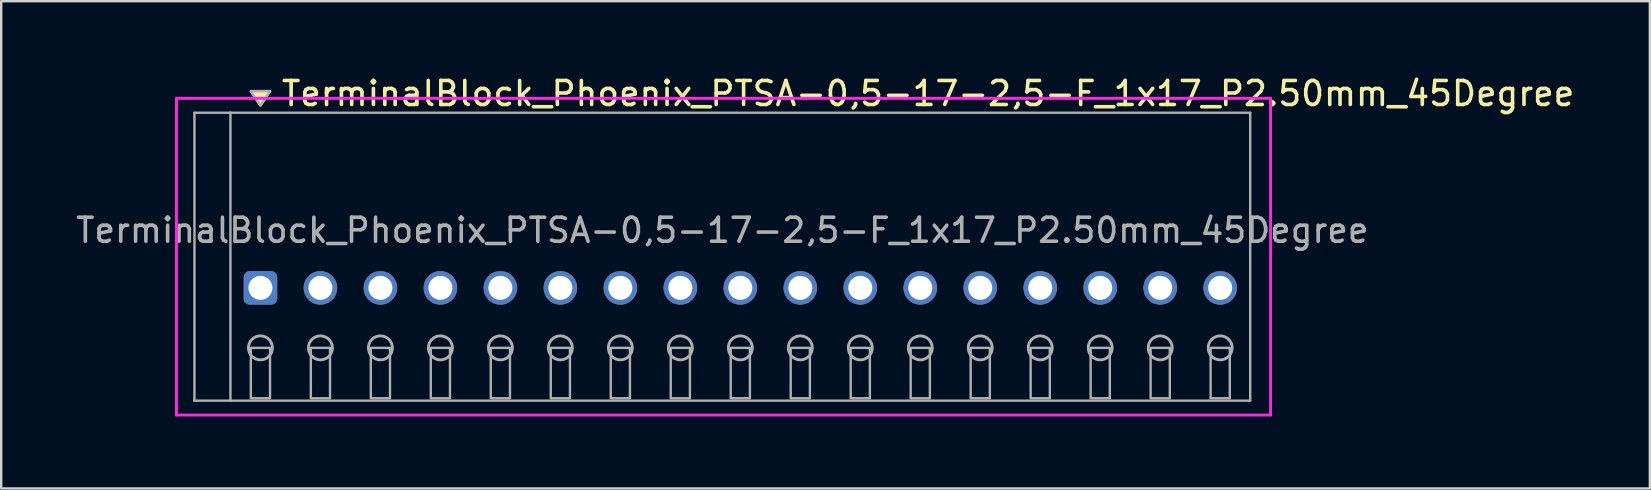
<source format=kicad_pcb>
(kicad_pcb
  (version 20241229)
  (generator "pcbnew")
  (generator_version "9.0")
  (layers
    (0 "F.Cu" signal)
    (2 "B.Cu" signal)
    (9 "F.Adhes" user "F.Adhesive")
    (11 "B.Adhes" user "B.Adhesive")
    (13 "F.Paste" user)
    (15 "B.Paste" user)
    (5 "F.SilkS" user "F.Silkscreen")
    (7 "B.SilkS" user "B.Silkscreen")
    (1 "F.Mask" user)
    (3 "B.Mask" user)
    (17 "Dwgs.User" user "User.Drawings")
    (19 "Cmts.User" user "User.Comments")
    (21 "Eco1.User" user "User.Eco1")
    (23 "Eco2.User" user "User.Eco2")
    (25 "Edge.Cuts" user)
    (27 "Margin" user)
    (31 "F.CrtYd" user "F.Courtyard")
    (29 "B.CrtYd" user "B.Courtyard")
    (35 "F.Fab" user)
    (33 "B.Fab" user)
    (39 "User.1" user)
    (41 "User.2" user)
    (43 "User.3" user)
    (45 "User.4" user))
  (footprint "TerminalBlock_Phoenix_PTSA-0,5-17-2,5-F_1x17_P2.50mm_45Degree"
    (layer "F.Cu")
    (at 7.804 8.948)
    (property "Reference" "TerminalBlock_Phoenix_PTSA-0,5-17-2,5-F_1x17_P2.50mm_45Degree" (at 0.8 -8.1 0) (layer "F.SilkS") (effects (font (size 1 1) (thickness 0.15)) (justify left)))
    (attr through_hole)
    (fp_poly (pts (xy 0 -7.6) (xy -0.4 -8.2) (xy 0.4 -8.2)) (stroke (width 0.1) (type solid)) (fill yes) (layer "F.SilkS"))
    (fp_line (start -3.5 -7.9) (end 42.1 -7.9) (stroke (width 0.12) (type solid)) (layer "F.CrtYd"))
    (fp_line (start -3.5 5.3) (end -3.5 -7.9) (stroke (width 0.12) (type solid)) (layer "F.CrtYd"))
    (fp_line (start 42.1 -7.9) (end 42.1 5.3) (stroke (width 0.12) (type solid)) (layer "F.CrtYd"))
    (fp_line (start 42.1 5.3) (end -3.5 5.3) (stroke (width 0.12) (type solid)) (layer "F.CrtYd"))
    (fp_line (start -2.75 -7.3) (end -1.25 -7.3) (stroke (width 0.1) (type solid)) (layer "F.Fab"))
    (fp_line (start -2.75 4.7) (end -2.75 -7.3) (stroke (width 0.1) (type solid)) (layer "F.Fab"))
    (fp_line (start -1.25 -7.3) (end -1.25 4.7) (stroke (width 0.1) (type solid)) (layer "F.Fab"))
    (fp_line (start -1.25 4.7) (end -2.75 4.7) (stroke (width 0.1) (type solid)) (layer "F.Fab"))
    (fp_line (start -1.25 4.7) (end 41.25 4.7) (stroke (width 0.1) (type solid)) (layer "F.Fab"))
    (fp_line (start 41.25 -7.3) (end -1.25 -7.3) (stroke (width 0.1) (type solid)) (layer "F.Fab"))
    (fp_line (start 41.25 4.7) (end 41.25 -7.3) (stroke (width 0.1) (type solid)) (layer "F.Fab"))
    (fp_circle (center 0 2.5) (end -0.5 2.5) (stroke (width 0.12) (type solid)) (fill no) (layer "F.Fab"))
    (fp_circle (center 2.5 2.5) (end 2 2.5) (stroke (width 0.12) (type solid)) (fill no) (layer "F.Fab"))
    (fp_circle (center 5 2.5) (end 4.5 2.5) (stroke (width 0.12) (type solid)) (fill no) (layer "F.Fab"))
    (fp_circle (center 7.5 2.5) (end 7 2.5) (stroke (width 0.12) (type solid)) (fill no) (layer "F.Fab"))
    (fp_circle (center 10 2.5) (end 9.5 2.5) (stroke (width 0.12) (type solid)) (fill no) (layer "F.Fab"))
    (fp_circle (center 12.5 2.5) (end 12 2.5) (stroke (width 0.12) (type solid)) (fill no) (layer "F.Fab"))
    (fp_circle (center 15 2.5) (end 14.5 2.5) (stroke (width 0.12) (type solid)) (fill no) (layer "F.Fab"))
    (fp_circle (center 17.5 2.5) (end 17 2.5) (stroke (width 0.12) (type solid)) (fill no) (layer "F.Fab"))
    (fp_circle (center 20 2.5) (end 19.5 2.5) (stroke (width 0.12) (type solid)) (fill no) (layer "F.Fab"))
    (fp_circle (center 22.5 2.5) (end 22 2.5) (stroke (width 0.12) (type solid)) (fill no) (layer "F.Fab"))
    (fp_circle (center 25 2.5) (end 24.5 2.5) (stroke (width 0.12) (type solid)) (fill no) (layer "F.Fab"))
    (fp_circle (center 27.5 2.5) (end 27 2.5) (stroke (width 0.12) (type solid)) (fill no) (layer "F.Fab"))
    (fp_circle (center 30 2.5) (end 29.5 2.5) (stroke (width 0.12) (type solid)) (fill no) (layer "F.Fab"))
    (fp_circle (center 32.5 2.5) (end 32 2.5) (stroke (width 0.12) (type solid)) (fill no) (layer "F.Fab"))
    (fp_circle (center 35 2.5) (end 34.5 2.5) (stroke (width 0.12) (type solid)) (fill no) (layer "F.Fab"))
    (fp_circle (center 37.5 2.5) (end 37 2.5) (stroke (width 0.12) (type solid)) (fill no) (layer "F.Fab"))
    (fp_circle (center 40 2.5) (end 39.5 2.5) (stroke (width 0.12) (type solid)) (fill no) (layer "F.Fab"))
    (fp_poly (pts (xy 0 -7.6) (xy -0.4 -8.2) (xy 0.4 -8.2)) (stroke (width 0.1) (type solid)) (fill no) (layer "F.Fab"))
    (fp_poly (pts (xy -0.4 2.5) (xy -0.4 4.6) (xy 0.4 4.6) (xy 0.4 2.5)) (stroke (width 0.1) (type solid)) (fill no) (layer "F.Fab"))
    (fp_poly (pts (xy 2.1 2.5) (xy 2.1 4.6) (xy 2.9 4.6) (xy 2.9 2.5)) (stroke (width 0.1) (type solid)) (fill no) (layer "F.Fab"))
    (fp_poly (pts (xy 4.6 2.5) (xy 4.6 4.6) (xy 5.4 4.6) (xy 5.4 2.5)) (stroke (width 0.1) (type solid)) (fill no) (layer "F.Fab"))
    (fp_poly (pts (xy 7.1 2.5) (xy 7.1 4.6) (xy 7.9 4.6) (xy 7.9 2.5)) (stroke (width 0.1) (type solid)) (fill no) (layer "F.Fab"))
    (fp_poly (pts (xy 9.6 2.5) (xy 9.6 4.6) (xy 10.4 4.6) (xy 10.4 2.5)) (stroke (width 0.1) (type solid)) (fill no) (layer "F.Fab"))
    (fp_poly (pts (xy 12.1 2.5) (xy 12.1 4.6) (xy 12.9 4.6) (xy 12.9 2.5)) (stroke (width 0.1) (type solid)) (fill no) (layer "F.Fab"))
    (fp_poly (pts (xy 14.6 2.5) (xy 14.6 4.6) (xy 15.4 4.6) (xy 15.4 2.5)) (stroke (width 0.1) (type solid)) (fill no) (layer "F.Fab"))
    (fp_poly (pts (xy 17.1 2.5) (xy 17.1 4.6) (xy 17.9 4.6) (xy 17.9 2.5)) (stroke (width 0.1) (type solid)) (fill no) (layer "F.Fab"))
    (fp_poly (pts (xy 19.6 2.5) (xy 19.6 4.6) (xy 20.4 4.6) (xy 20.4 2.5)) (stroke (width 0.1) (type solid)) (fill no) (layer "F.Fab"))
    (fp_poly (pts (xy 22.1 2.5) (xy 22.1 4.6) (xy 22.9 4.6) (xy 22.9 2.5)) (stroke (width 0.1) (type solid)) (fill no) (layer "F.Fab"))
    (fp_poly (pts (xy 24.6 2.5) (xy 24.6 4.6) (xy 25.4 4.6) (xy 25.4 2.5)) (stroke (width 0.1) (type solid)) (fill no) (layer "F.Fab"))
    (fp_poly (pts (xy 27.1 2.5) (xy 27.1 4.6) (xy 27.9 4.6) (xy 27.9 2.5)) (stroke (width 0.1) (type solid)) (fill no) (layer "F.Fab"))
    (fp_poly (pts (xy 29.6 2.5) (xy 29.6 4.6) (xy 30.4 4.6) (xy 30.4 2.5)) (stroke (width 0.1) (type solid)) (fill no) (layer "F.Fab"))
    (fp_poly (pts (xy 32.1 2.5) (xy 32.1 4.6) (xy 32.9 4.6) (xy 32.9 2.5)) (stroke (width 0.1) (type solid)) (fill no) (layer "F.Fab"))
    (fp_poly (pts (xy 34.6 2.5) (xy 34.6 4.6) (xy 35.4 4.6) (xy 35.4 2.5)) (stroke (width 0.1) (type solid)) (fill no) (layer "F.Fab"))
    (fp_poly (pts (xy 37.1 2.5) (xy 37.1 4.6) (xy 37.9 4.6) (xy 37.9 2.5)) (stroke (width 0.1) (type solid)) (fill no) (layer "F.Fab"))
    (fp_poly (pts (xy 39.6 2.5) (xy 39.6 4.6) (xy 40.4 4.6) (xy 40.4 2.5)) (stroke (width 0.1) (type solid)) (fill no) (layer "F.Fab"))
    (fp_text user "${REFERENCE}" (at 19.25 -2.4 0) (layer "F.Fab") (effects (font (size 1 1) (thickness 0.15))))
    (pad "1" thru_hole roundrect (at 0 0) (size 1.4 1.4) (drill 1) (layers "*.Cu" "*.Mask") (roundrect_rratio 0.179))
    (pad "2" thru_hole oval (at 2.5 0) (size 1.4 1.4) (drill 1) (layers "*.Cu" "*.Mask"))
    (pad "3" thru_hole oval (at 5 0) (size 1.4 1.4) (drill 1) (layers "*.Cu" "*.Mask"))
    (pad "4" thru_hole oval (at 7.5 0) (size 1.4 1.4) (drill 1) (layers "*.Cu" "*.Mask"))
    (pad "5" thru_hole oval (at 10 0) (size 1.4 1.4) (drill 1) (layers "*.Cu" "*.Mask"))
    (pad "6" thru_hole oval (at 12.5 0) (size 1.4 1.4) (drill 1) (layers "*.Cu" "*.Mask"))
    (pad "7" thru_hole oval (at 15 0) (size 1.4 1.4) (drill 1) (layers "*.Cu" "*.Mask"))
    (pad "8" thru_hole oval (at 17.5 0) (size 1.4 1.4) (drill 1) (layers "*.Cu" "*.Mask"))
    (pad "9" thru_hole oval (at 20 0) (size 1.4 1.4) (drill 1) (layers "*.Cu" "*.Mask"))
    (pad "10" thru_hole oval (at 22.5 0) (size 1.4 1.4) (drill 1) (layers "*.Cu" "*.Mask"))
    (pad "11" thru_hole oval (at 25 0) (size 1.4 1.4) (drill 1) (layers "*.Cu" "*.Mask"))
    (pad "12" thru_hole oval (at 27.5 0) (size 1.4 1.4) (drill 1) (layers "*.Cu" "*.Mask"))
    (pad "13" thru_hole oval (at 30 0) (size 1.4 1.4) (drill 1) (layers "*.Cu" "*.Mask"))
    (pad "14" thru_hole oval (at 32.5 0) (size 1.4 1.4) (drill 1) (layers "*.Cu" "*.Mask"))
    (pad "15" thru_hole oval (at 35 0) (size 1.4 1.4) (drill 1) (layers "*.Cu" "*.Mask"))
    (pad "16" thru_hole oval (at 37.5 0) (size 1.4 1.4) (drill 1) (layers "*.Cu" "*.Mask"))
    (pad "17" thru_hole oval (at 40 0) (size 1.4 1.4) (drill 1) (layers "*.Cu" "*.Mask")))
  (gr_rect
    (start -3 -3)
    (end 65.711 17.308)
    (stroke (width 0.1) (type default))
    (fill no)
    (layer "Edge.Cuts")))
</source>
